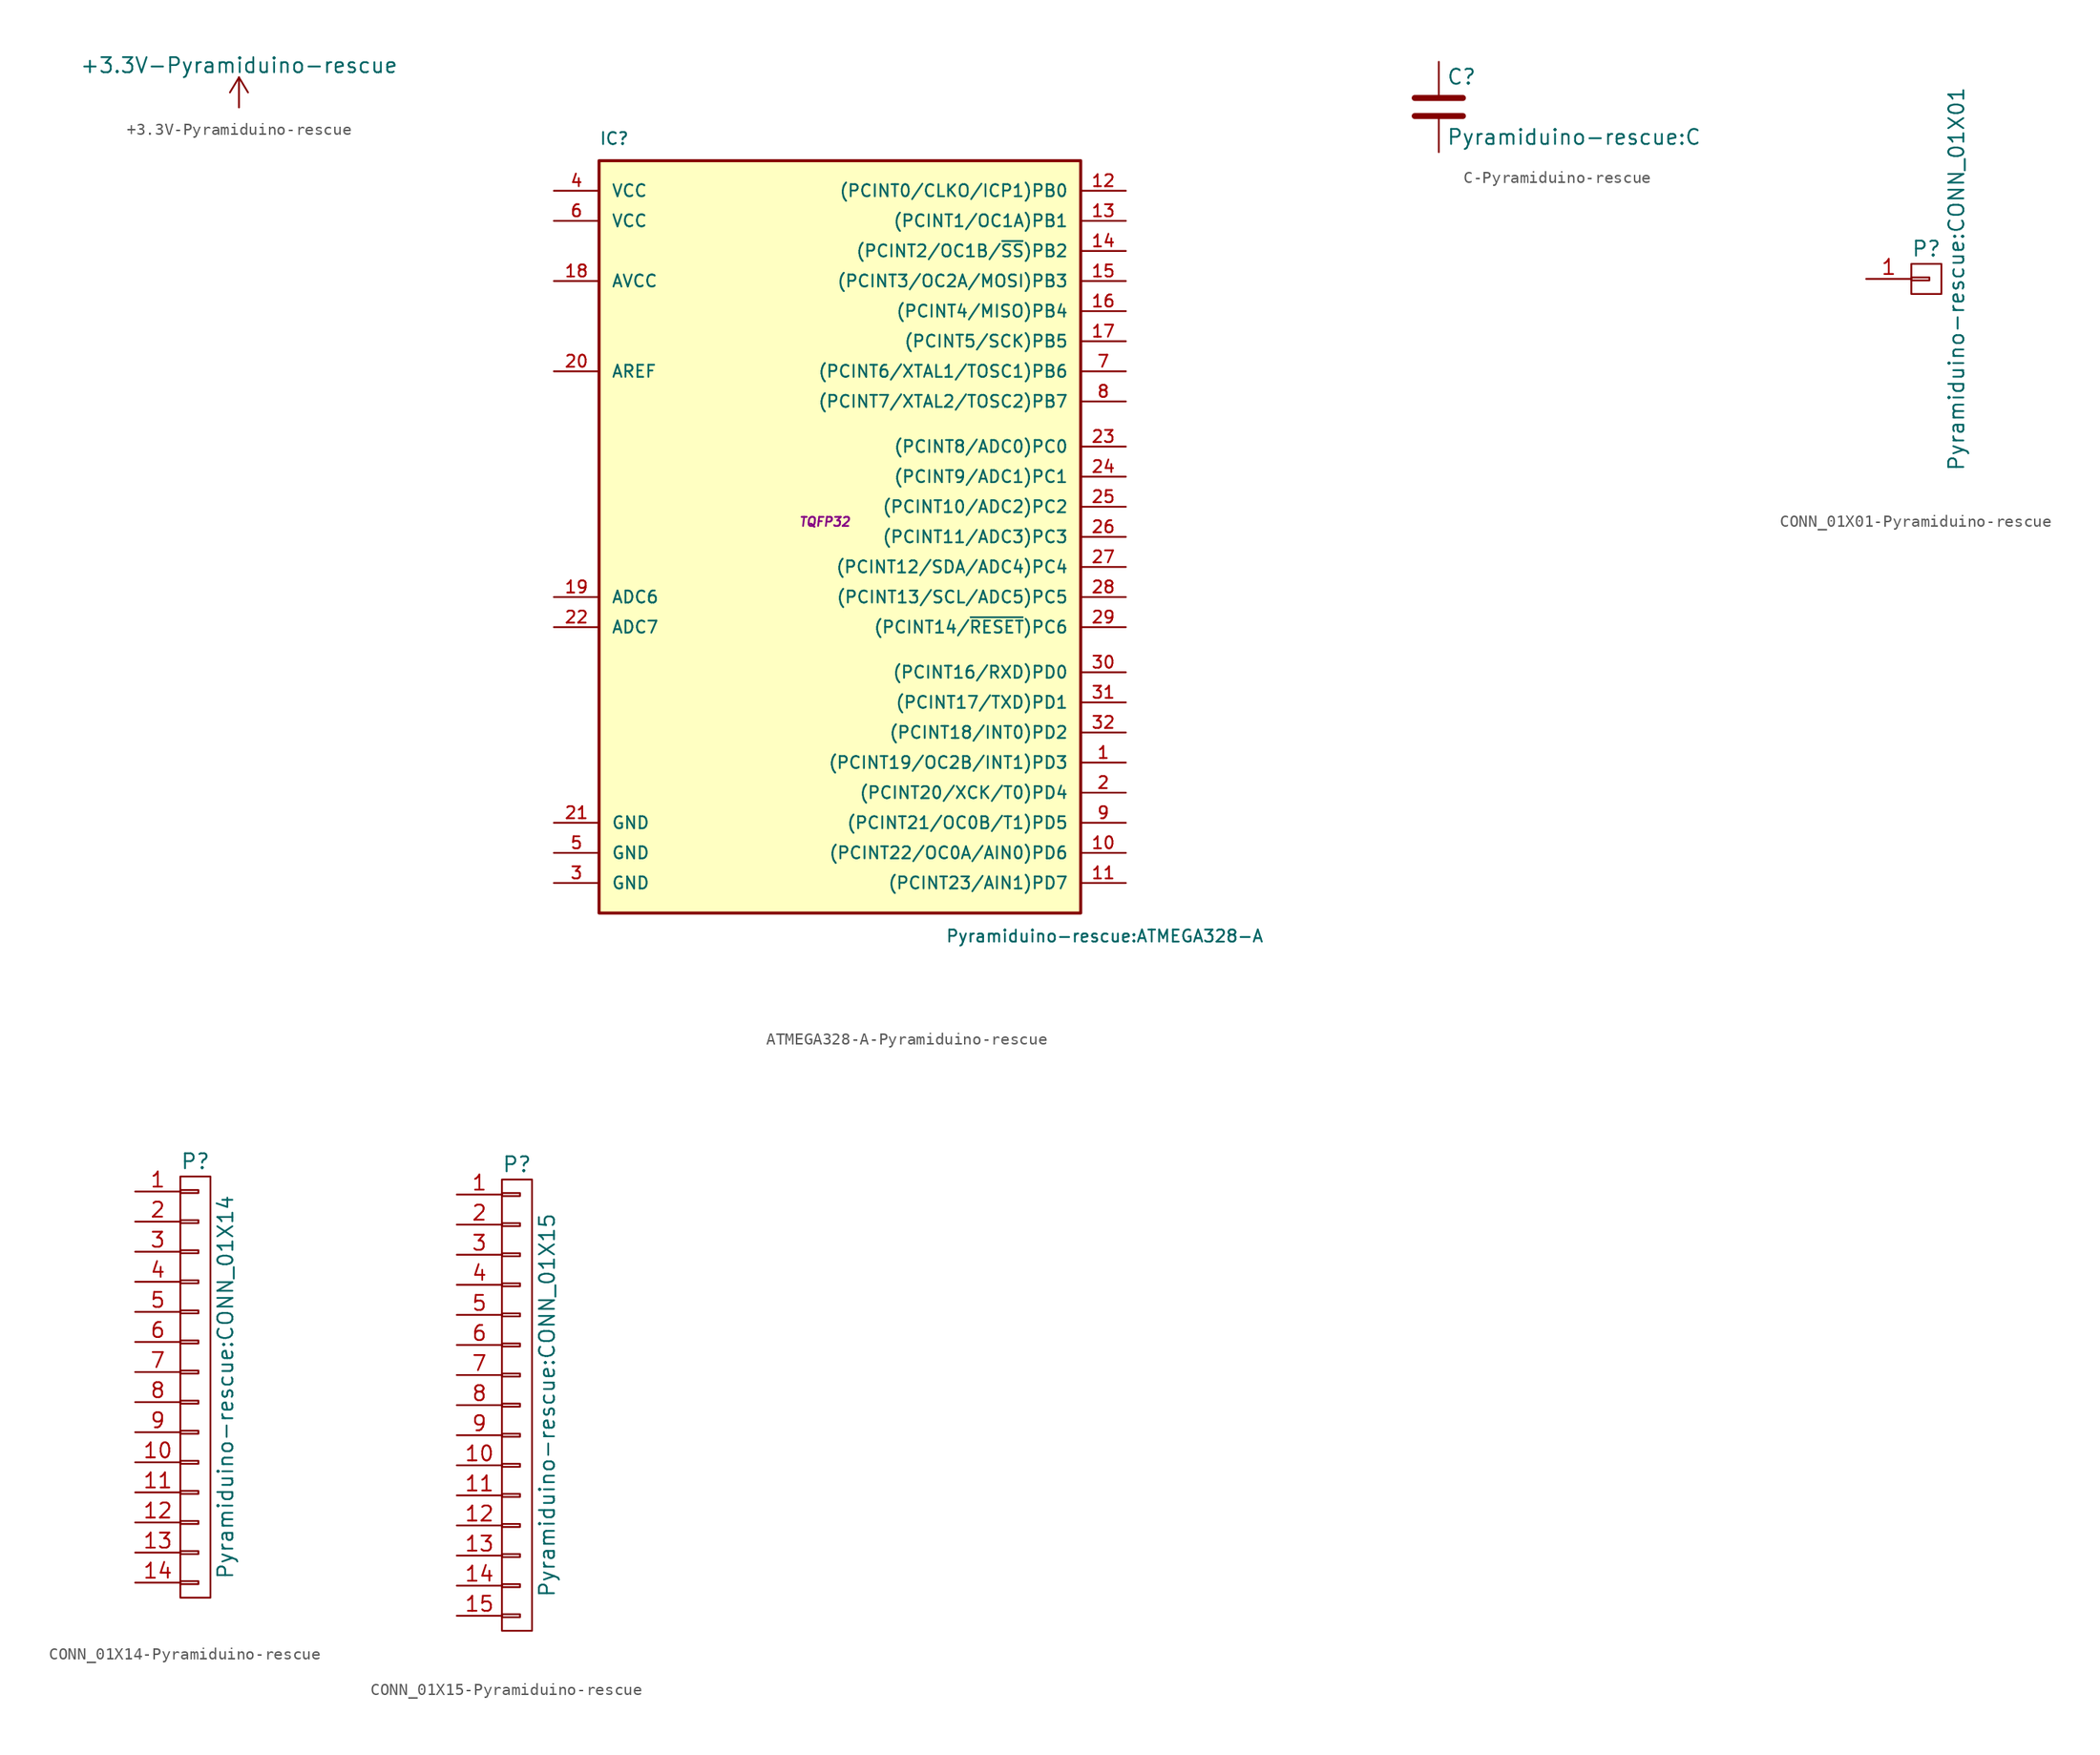
<source format=kicad_sym>
(kicad_symbol_lib
  (version 20220914)
  (generator kicad_symbol_editor)
  (symbol "+3.3V-Pyramiduino-rescue"
    (power)
    (pin_names
      (offset 0))
    (property "Reference" "#PWR"
      (at 0 -3.81 0)
      (effects (font (size 1.27 1.27)) hide))
    (property "Value" "+3.3V-Pyramiduino-rescue"
      (at 0 3.556 0)
      (effects (font (size 1.27 1.27))))
    (symbol "+3.3V-Pyramiduino-rescue_0_1"
      (polyline (pts (xy -0.762 1.27) (xy 0 2.54)) (stroke (width 0) (type solid)) (fill (type none)))
      (polyline (pts (xy 0 0) (xy 0 2.54)) (stroke (width 0) (type solid)) (fill (type none)))
      (polyline (pts (xy 0 2.54) (xy 0.762 1.27)) (stroke (width 0) (type solid)) (fill (type none))))
    (symbol "+3.3V-Pyramiduino-rescue_1_1"
      (pin power_in line (at 0 0 90) (length 0) hide (name "+3V3" (effects (font (size 1.27 1.27)))) (number "1" (effects (font (size 1.27 1.27)))))))
  (symbol "ATMEGA328-A-Pyramiduino-rescue"
    (pin_names
      (offset 1.016))
    (property "Reference" "IC"
      (at -19.05 31.75 0)
      (effects (font (size 1.016 1.016)) (justify left bottom)))
    (property "Value" "Pyramiduino-rescue:ATMEGA328-A"
      (at 10.16 -35.56 0)
      (effects (font (size 1.016 1.016)) (justify left bottom)))
    (property "Footprint" "TQFP32"
      (at 0 0 0)
      (effects (font (size 0.762 0.762) italic)))
    (property "Datasheet" ""
      (at 0 0 0)
      (effects (font (size 1.524 1.524))))
    (symbol "ATMEGA328-A-Pyramiduino-rescue_0_1"
      (rectangle (start -19.05 30.48) (end 21.59 -33.02) (stroke (width 0.254) (type solid)) (fill (type background))))
    (symbol "ATMEGA328-A-Pyramiduino-rescue_1_1"
      (pin bidirectional line (at 25.4 -20.32 180) (length 3.81) (name "(PCINT19/OC2B/INT1)PD3" (effects (font (size 1.016 1.016)))) (number "1" (effects (font (size 1.016 1.016)))))
      (pin bidirectional line (at 25.4 -27.94 180) (length 3.81) (name "(PCINT22/OC0A/AIN0)PD6" (effects (font (size 1.016 1.016)))) (number "10" (effects (font (size 1.016 1.016)))))
      (pin bidirectional line (at 25.4 -30.48 180) (length 3.81) (name "(PCINT23/AIN1)PD7" (effects (font (size 1.016 1.016)))) (number "11" (effects (font (size 1.016 1.016)))))
      (pin bidirectional line (at 25.4 27.94 180) (length 3.81) (name "(PCINT0/CLKO/ICP1)PB0" (effects (font (size 1.016 1.016)))) (number "12" (effects (font (size 1.016 1.016)))))
      (pin bidirectional line (at 25.4 25.4 180) (length 3.81) (name "(PCINT1/OC1A)PB1" (effects (font (size 1.016 1.016)))) (number "13" (effects (font (size 1.016 1.016)))))
      (pin bidirectional line (at 25.4 22.86 180) (length 3.81) (name "(PCINT2/OC1B/~{SS})PB2" (effects (font (size 1.016 1.016)))) (number "14" (effects (font (size 1.016 1.016)))))
      (pin bidirectional line (at 25.4 20.32 180) (length 3.81) (name "(PCINT3/OC2A/MOSI)PB3" (effects (font (size 1.016 1.016)))) (number "15" (effects (font (size 1.016 1.016)))))
      (pin bidirectional line (at 25.4 17.78 180) (length 3.81) (name "(PCINT4/MISO)PB4" (effects (font (size 1.016 1.016)))) (number "16" (effects (font (size 1.016 1.016)))))
      (pin bidirectional line (at 25.4 15.24 180) (length 3.81) (name "(PCINT5/SCK)PB5" (effects (font (size 1.016 1.016)))) (number "17" (effects (font (size 1.016 1.016)))))
      (pin power_in line (at -22.86 20.32 0) (length 3.81) (name "AVCC" (effects (font (size 1.016 1.016)))) (number "18" (effects (font (size 1.016 1.016)))))
      (pin input line (at -22.86 -6.35 0) (length 3.81) (name "ADC6" (effects (font (size 1.016 1.016)))) (number "19" (effects (font (size 1.016 1.016)))))
      (pin bidirectional line (at 25.4 -22.86 180) (length 3.81) (name "(PCINT20/XCK/T0)PD4" (effects (font (size 1.016 1.016)))) (number "2" (effects (font (size 1.016 1.016)))))
      (pin bidirectional line (at -22.86 12.7 0) (length 3.81) (name "AREF" (effects (font (size 1.016 1.016)))) (number "20" (effects (font (size 1.016 1.016)))))
      (pin power_in line (at -22.86 -25.4 0) (length 3.81) (name "GND" (effects (font (size 1.016 1.016)))) (number "21" (effects (font (size 1.016 1.016)))))
      (pin input line (at -22.86 -8.89 0) (length 3.81) (name "ADC7" (effects (font (size 1.016 1.016)))) (number "22" (effects (font (size 1.016 1.016)))))
      (pin bidirectional line (at 25.4 6.35 180) (length 3.81) (name "(PCINT8/ADC0)PC0" (effects (font (size 1.016 1.016)))) (number "23" (effects (font (size 1.016 1.016)))))
      (pin bidirectional line (at 25.4 3.81 180) (length 3.81) (name "(PCINT9/ADC1)PC1" (effects (font (size 1.016 1.016)))) (number "24" (effects (font (size 1.016 1.016)))))
      (pin bidirectional line (at 25.4 1.27 180) (length 3.81) (name "(PCINT10/ADC2)PC2" (effects (font (size 1.016 1.016)))) (number "25" (effects (font (size 1.016 1.016)))))
      (pin bidirectional line (at 25.4 -1.27 180) (length 3.81) (name "(PCINT11/ADC3)PC3" (effects (font (size 1.016 1.016)))) (number "26" (effects (font (size 1.016 1.016)))))
      (pin bidirectional line (at 25.4 -3.81 180) (length 3.81) (name "(PCINT12/SDA/ADC4)PC4" (effects (font (size 1.016 1.016)))) (number "27" (effects (font (size 1.016 1.016)))))
      (pin bidirectional line (at 25.4 -6.35 180) (length 3.81) (name "(PCINT13/SCL/ADC5)PC5" (effects (font (size 1.016 1.016)))) (number "28" (effects (font (size 1.016 1.016)))))
      (pin bidirectional line (at 25.4 -8.89 180) (length 3.81) (name "(PCINT14/~{RESET})PC6" (effects (font (size 1.016 1.016)))) (number "29" (effects (font (size 1.016 1.016)))))
      (pin power_in line (at -22.86 -30.48 0) (length 3.81) (name "GND" (effects (font (size 1.016 1.016)))) (number "3" (effects (font (size 1.016 1.016)))))
      (pin bidirectional line (at 25.4 -12.7 180) (length 3.81) (name "(PCINT16/RXD)PD0" (effects (font (size 1.016 1.016)))) (number "30" (effects (font (size 1.016 1.016)))))
      (pin bidirectional line (at 25.4 -15.24 180) (length 3.81) (name "(PCINT17/TXD)PD1" (effects (font (size 1.016 1.016)))) (number "31" (effects (font (size 1.016 1.016)))))
      (pin bidirectional line (at 25.4 -17.78 180) (length 3.81) (name "(PCINT18/INT0)PD2" (effects (font (size 1.016 1.016)))) (number "32" (effects (font (size 1.016 1.016)))))
      (pin power_in line (at -22.86 27.94 0) (length 3.81) (name "VCC" (effects (font (size 1.016 1.016)))) (number "4" (effects (font (size 1.016 1.016)))))
      (pin power_in line (at -22.86 -27.94 0) (length 3.81) (name "GND" (effects (font (size 1.016 1.016)))) (number "5" (effects (font (size 1.016 1.016)))))
      (pin power_in line (at -22.86 25.4 0) (length 3.81) (name "VCC" (effects (font (size 1.016 1.016)))) (number "6" (effects (font (size 1.016 1.016)))))
      (pin bidirectional line (at 25.4 12.7 180) (length 3.81) (name "(PCINT6/XTAL1/TOSC1)PB6" (effects (font (size 1.016 1.016)))) (number "7" (effects (font (size 1.016 1.016)))))
      (pin bidirectional line (at 25.4 10.16 180) (length 3.81) (name "(PCINT7/XTAL2/TOSC2)PB7" (effects (font (size 1.016 1.016)))) (number "8" (effects (font (size 1.016 1.016)))))
      (pin bidirectional line (at 25.4 -25.4 180) (length 3.81) (name "(PCINT21/OC0B/T1)PD5" (effects (font (size 1.016 1.016)))) (number "9" (effects (font (size 1.016 1.016)))))))
  (symbol "C-Pyramiduino-rescue"
    (pin_numbers hide)
    (pin_names
      (offset 0.254))
    (property "Reference" "C"
      (at 0.635 2.54 0)
      (effects (font (size 1.27 1.27)) (justify left)))
    (property "Value" "Pyramiduino-rescue:C"
      (at 0.635 -2.54 0)
      (effects (font (size 1.27 1.27)) (justify left)))
    (symbol "C-Pyramiduino-rescue_0_1"
      (polyline (pts (xy -2.032 -0.762) (xy 2.032 -0.762)) (stroke (width 0.508) (type solid)) (fill (type none)))
      (polyline (pts (xy -2.032 0.762) (xy 2.032 0.762)) (stroke (width 0.508) (type solid)) (fill (type none))))
    (symbol "C-Pyramiduino-rescue_1_1"
      (pin passive line (at 0 3.81 270) (length 2.794) (name "~" (effects (font (size 1.27 1.27)))) (number "1" (effects (font (size 1.27 1.27)))))
      (pin passive line (at 0 -3.81 90) (length 2.794) (name "~" (effects (font (size 1.27 1.27)))) (number "2" (effects (font (size 1.27 1.27)))))))
  (symbol "CONN_01X01-Pyramiduino-rescue"
    (pin_names
      (offset 1.016) hide)
    (property "Reference" "P"
      (at 0 2.54 0)
      (effects (font (size 1.27 1.27))))
    (property "Value" "Pyramiduino-rescue:CONN_01X01"
      (at 2.54 0 90)
      (effects (font (size 1.27 1.27))))
    (property "Footprint" ""
      (at 0 0 0)
      (effects (font (size 1.524 1.524))))
    (property "Datasheet" ""
      (at 0 0 0)
      (effects (font (size 1.524 1.524))))
    (symbol "CONN_01X01-Pyramiduino-rescue_0_1"
      (rectangle (start -1.27 0.127) (end 0.254 -0.127) (stroke (width 0) (type solid)) (fill (type none)))
      (rectangle (start -1.27 1.27) (end 1.27 -1.27) (stroke (width 0) (type solid)) (fill (type none))))
    (symbol "CONN_01X01-Pyramiduino-rescue_1_1"
      (pin passive line (at -5.08 0 0) (length 3.81) (name "P1" (effects (font (size 1.27 1.27)))) (number "1" (effects (font (size 1.27 1.27)))))))
  (symbol "CONN_01X14-Pyramiduino-rescue"
    (pin_names
      (offset 1.016) hide)
    (property "Reference" "P"
      (at 0 19.05 0)
      (effects (font (size 1.27 1.27))))
    (property "Value" "Pyramiduino-rescue:CONN_01X14"
      (at 2.54 0 90)
      (effects (font (size 1.27 1.27))))
    (property "Footprint" ""
      (at 0 0 0)
      (effects (font (size 1.524 1.524))))
    (property "Datasheet" ""
      (at 0 0 0)
      (effects (font (size 1.524 1.524))))
    (symbol "CONN_01X14-Pyramiduino-rescue_0_1"
      (rectangle (start -1.27 -16.383) (end 0.254 -16.637) (stroke (width 0) (type solid)) (fill (type none)))
      (rectangle (start -1.27 -13.843) (end 0.254 -14.097) (stroke (width 0) (type solid)) (fill (type none)))
      (rectangle (start -1.27 -11.303) (end 0.254 -11.557) (stroke (width 0) (type solid)) (fill (type none)))
      (rectangle (start -1.27 -8.763) (end 0.254 -9.017) (stroke (width 0) (type solid)) (fill (type none)))
      (rectangle (start -1.27 -6.223) (end 0.254 -6.477) (stroke (width 0) (type solid)) (fill (type none)))
      (rectangle (start -1.27 -3.683) (end 0.254 -3.937) (stroke (width 0) (type solid)) (fill (type none)))
      (rectangle (start -1.27 -1.143) (end 0.254 -1.397) (stroke (width 0) (type solid)) (fill (type none)))
      (rectangle (start -1.27 1.397) (end 0.254 1.143) (stroke (width 0) (type solid)) (fill (type none)))
      (rectangle (start -1.27 3.937) (end 0.254 3.683) (stroke (width 0) (type solid)) (fill (type none)))
      (rectangle (start -1.27 6.477) (end 0.254 6.223) (stroke (width 0) (type solid)) (fill (type none)))
      (rectangle (start -1.27 9.017) (end 0.254 8.763) (stroke (width 0) (type solid)) (fill (type none)))
      (rectangle (start -1.27 11.557) (end 0.254 11.303) (stroke (width 0) (type solid)) (fill (type none)))
      (rectangle (start -1.27 14.097) (end 0.254 13.843) (stroke (width 0) (type solid)) (fill (type none)))
      (rectangle (start -1.27 16.637) (end 0.254 16.383) (stroke (width 0) (type solid)) (fill (type none)))
      (rectangle (start -1.27 17.78) (end 1.27 -17.78) (stroke (width 0) (type solid)) (fill (type none))))
    (symbol "CONN_01X14-Pyramiduino-rescue_1_1"
      (pin passive line (at -5.08 16.51 0) (length 3.81) (name "P1" (effects (font (size 1.27 1.27)))) (number "1" (effects (font (size 1.27 1.27)))))
      (pin passive line (at -5.08 -6.35 0) (length 3.81) (name "P10" (effects (font (size 1.27 1.27)))) (number "10" (effects (font (size 1.27 1.27)))))
      (pin passive line (at -5.08 -8.89 0) (length 3.81) (name "P11" (effects (font (size 1.27 1.27)))) (number "11" (effects (font (size 1.27 1.27)))))
      (pin passive line (at -5.08 -11.43 0) (length 3.81) (name "P12" (effects (font (size 1.27 1.27)))) (number "12" (effects (font (size 1.27 1.27)))))
      (pin passive line (at -5.08 -13.97 0) (length 3.81) (name "P13" (effects (font (size 1.27 1.27)))) (number "13" (effects (font (size 1.27 1.27)))))
      (pin passive line (at -5.08 -16.51 0) (length 3.81) (name "P14" (effects (font (size 1.27 1.27)))) (number "14" (effects (font (size 1.27 1.27)))))
      (pin passive line (at -5.08 13.97 0) (length 3.81) (name "P2" (effects (font (size 1.27 1.27)))) (number "2" (effects (font (size 1.27 1.27)))))
      (pin passive line (at -5.08 11.43 0) (length 3.81) (name "P3" (effects (font (size 1.27 1.27)))) (number "3" (effects (font (size 1.27 1.27)))))
      (pin passive line (at -5.08 8.89 0) (length 3.81) (name "P4" (effects (font (size 1.27 1.27)))) (number "4" (effects (font (size 1.27 1.27)))))
      (pin passive line (at -5.08 6.35 0) (length 3.81) (name "P5" (effects (font (size 1.27 1.27)))) (number "5" (effects (font (size 1.27 1.27)))))
      (pin passive line (at -5.08 3.81 0) (length 3.81) (name "P6" (effects (font (size 1.27 1.27)))) (number "6" (effects (font (size 1.27 1.27)))))
      (pin passive line (at -5.08 1.27 0) (length 3.81) (name "P7" (effects (font (size 1.27 1.27)))) (number "7" (effects (font (size 1.27 1.27)))))
      (pin passive line (at -5.08 -1.27 0) (length 3.81) (name "P8" (effects (font (size 1.27 1.27)))) (number "8" (effects (font (size 1.27 1.27)))))
      (pin passive line (at -5.08 -3.81 0) (length 3.81) (name "P9" (effects (font (size 1.27 1.27)))) (number "9" (effects (font (size 1.27 1.27)))))))
  (symbol "CONN_01X15-Pyramiduino-rescue"
    (pin_names
      (offset 1.016) hide)
    (property "Reference" "P"
      (at 0 20.32 0)
      (effects (font (size 1.27 1.27))))
    (property "Value" "Pyramiduino-rescue:CONN_01X15"
      (at 2.54 0 90)
      (effects (font (size 1.27 1.27))))
    (property "Footprint" ""
      (at 0 0 0)
      (effects (font (size 1.524 1.524))))
    (property "Datasheet" ""
      (at 0 0 0)
      (effects (font (size 1.524 1.524))))
    (symbol "CONN_01X15-Pyramiduino-rescue_0_1"
      (rectangle (start -1.27 -17.653) (end 0.254 -17.907) (stroke (width 0) (type solid)) (fill (type none)))
      (rectangle (start -1.27 -15.113) (end 0.254 -15.367) (stroke (width 0) (type solid)) (fill (type none)))
      (rectangle (start -1.27 -12.573) (end 0.254 -12.827) (stroke (width 0) (type solid)) (fill (type none)))
      (rectangle (start -1.27 -10.033) (end 0.254 -10.287) (stroke (width 0) (type solid)) (fill (type none)))
      (rectangle (start -1.27 -7.493) (end 0.254 -7.747) (stroke (width 0) (type solid)) (fill (type none)))
      (rectangle (start -1.27 -4.953) (end 0.254 -5.207) (stroke (width 0) (type solid)) (fill (type none)))
      (rectangle (start -1.27 -2.413) (end 0.254 -2.667) (stroke (width 0) (type solid)) (fill (type none)))
      (rectangle (start -1.27 0.127) (end 0.254 -0.127) (stroke (width 0) (type solid)) (fill (type none)))
      (rectangle (start -1.27 2.667) (end 0.254 2.413) (stroke (width 0) (type solid)) (fill (type none)))
      (rectangle (start -1.27 5.207) (end 0.254 4.953) (stroke (width 0) (type solid)) (fill (type none)))
      (rectangle (start -1.27 7.747) (end 0.254 7.493) (stroke (width 0) (type solid)) (fill (type none)))
      (rectangle (start -1.27 10.287) (end 0.254 10.033) (stroke (width 0) (type solid)) (fill (type none)))
      (rectangle (start -1.27 12.827) (end 0.254 12.573) (stroke (width 0) (type solid)) (fill (type none)))
      (rectangle (start -1.27 15.367) (end 0.254 15.113) (stroke (width 0) (type solid)) (fill (type none)))
      (rectangle (start -1.27 17.907) (end 0.254 17.653) (stroke (width 0) (type solid)) (fill (type none)))
      (rectangle (start -1.27 19.05) (end 1.27 -19.05) (stroke (width 0) (type solid)) (fill (type none))))
    (symbol "CONN_01X15-Pyramiduino-rescue_1_1"
      (pin passive line (at -5.08 17.78 0) (length 3.81) (name "P1" (effects (font (size 1.27 1.27)))) (number "1" (effects (font (size 1.27 1.27)))))
      (pin passive line (at -5.08 -5.08 0) (length 3.81) (name "P10" (effects (font (size 1.27 1.27)))) (number "10" (effects (font (size 1.27 1.27)))))
      (pin passive line (at -5.08 -7.62 0) (length 3.81) (name "P11" (effects (font (size 1.27 1.27)))) (number "11" (effects (font (size 1.27 1.27)))))
      (pin passive line (at -5.08 -10.16 0) (length 3.81) (name "P12" (effects (font (size 1.27 1.27)))) (number "12" (effects (font (size 1.27 1.27)))))
      (pin passive line (at -5.08 -12.7 0) (length 3.81) (name "P13" (effects (font (size 1.27 1.27)))) (number "13" (effects (font (size 1.27 1.27)))))
      (pin passive line (at -5.08 -15.24 0) (length 3.81) (name "P14" (effects (font (size 1.27 1.27)))) (number "14" (effects (font (size 1.27 1.27)))))
      (pin passive line (at -5.08 -17.78 0) (length 3.81) (name "P15" (effects (font (size 1.27 1.27)))) (number "15" (effects (font (size 1.27 1.27)))))
      (pin passive line (at -5.08 15.24 0) (length 3.81) (name "P2" (effects (font (size 1.27 1.27)))) (number "2" (effects (font (size 1.27 1.27)))))
      (pin passive line (at -5.08 12.7 0) (length 3.81) (name "P3" (effects (font (size 1.27 1.27)))) (number "3" (effects (font (size 1.27 1.27)))))
      (pin passive line (at -5.08 10.16 0) (length 3.81) (name "P4" (effects (font (size 1.27 1.27)))) (number "4" (effects (font (size 1.27 1.27)))))
      (pin passive line (at -5.08 7.62 0) (length 3.81) (name "P5" (effects (font (size 1.27 1.27)))) (number "5" (effects (font (size 1.27 1.27)))))
      (pin passive line (at -5.08 5.08 0) (length 3.81) (name "P6" (effects (font (size 1.27 1.27)))) (number "6" (effects (font (size 1.27 1.27)))))
      (pin passive line (at -5.08 2.54 0) (length 3.81) (name "P7" (effects (font (size 1.27 1.27)))) (number "7" (effects (font (size 1.27 1.27)))))
      (pin passive line (at -5.08 0 0) (length 3.81) (name "P8" (effects (font (size 1.27 1.27)))) (number "8" (effects (font (size 1.27 1.27)))))
      (pin passive line (at -5.08 -2.54 0) (length 3.81) (name "P9" (effects (font (size 1.27 1.27)))) (number "9" (effects (font (size 1.27 1.27))))))))
</source>
